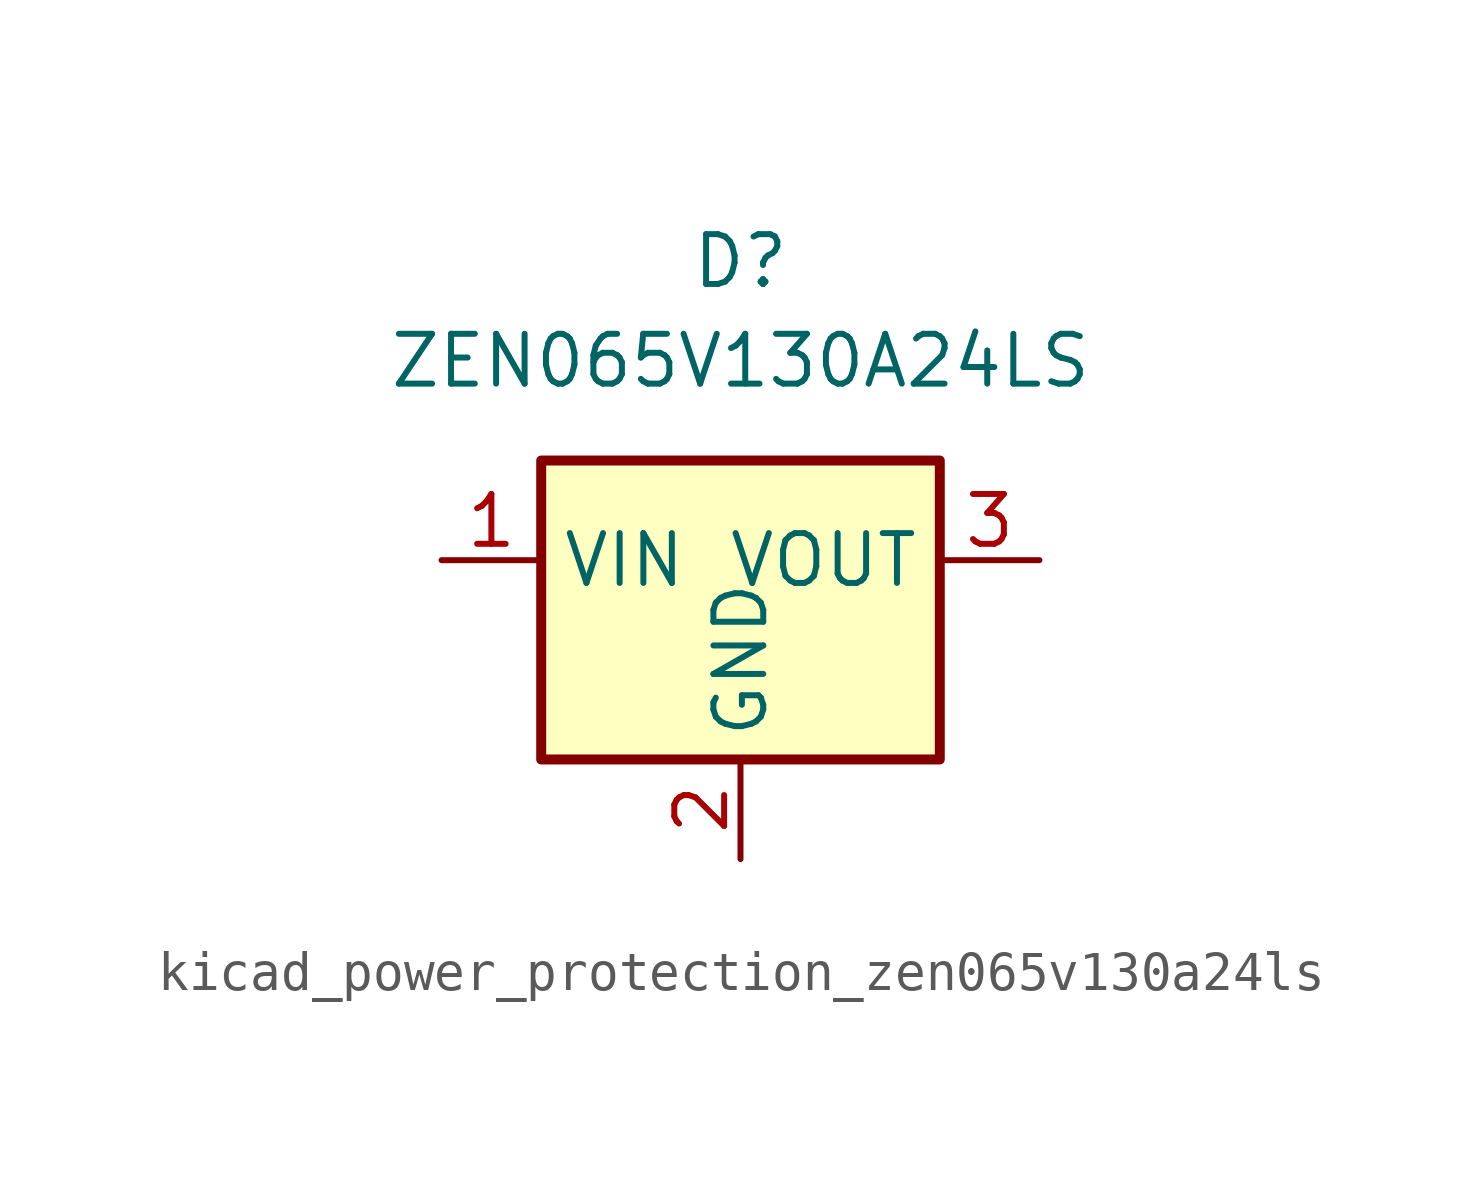
<source format=kicad_sym>
(kicad_symbol_lib
  (version 20220914)
  (generator kicad_symbol_editor)
  (symbol "kicad_power_protection_zen065v130a24ls"
    (property "Reference" "D"
      (at 0 10.16 0)
      (effects (font (size 1.27 1.27))))
    (property "Value" "ZEN065V130A24LS"
      (at 0 7.62 0)
      (effects (font (size 1.27 1.27))))
    (symbol "kicad_power_protection_zen065v130a24ls_0_1"
      (rectangle (start -5.08 5.08) (end 5.08 -2.54) (stroke (width 0.254) (type default)) (fill (type background))))
    (symbol "kicad_power_protection_zen065v130a24ls_1_1"
      (pin passive line (at -7.62 2.54 0) (length 2.54) (name "VIN" (effects (font (size 1.27 1.27)))) (number "1" (effects (font (size 1.27 1.27)))))
      (pin power_in line (at 0 -5.08 90) (length 2.54) (name "GND" (effects (font (size 1.27 1.27)))) (number "2" (effects (font (size 1.27 1.27)))))
      (pin passive line (at 7.62 2.54 180) (length 2.54) (name "VOUT" (effects (font (size 1.27 1.27)))) (number "3" (effects (font (size 1.27 1.27))))))))
</source>
